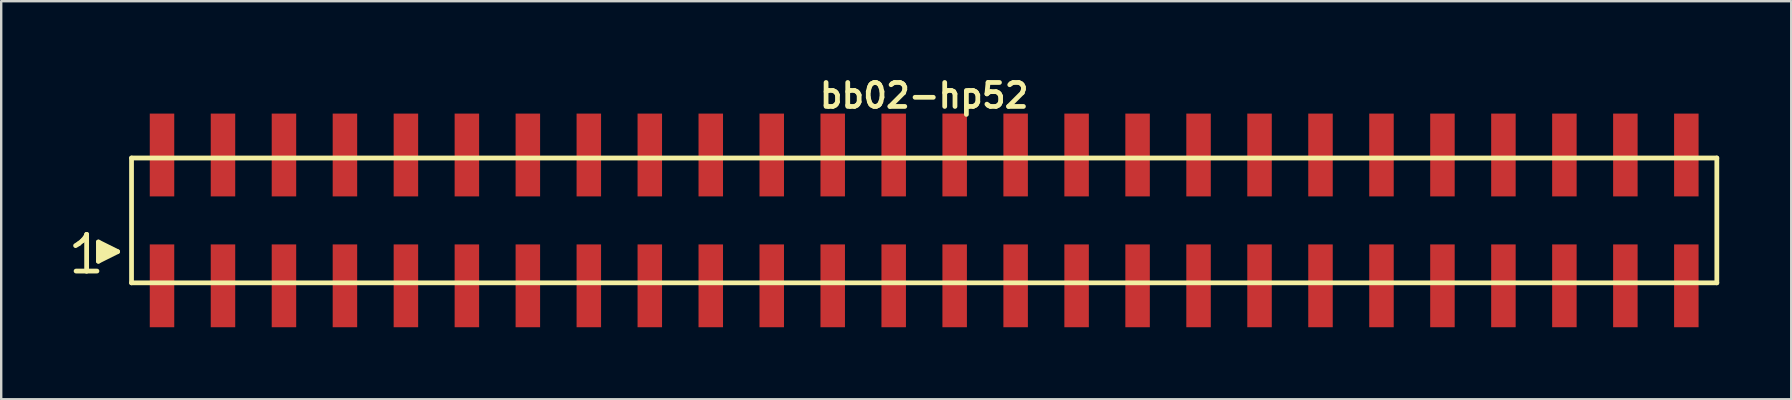
<source format=kicad_pcb>
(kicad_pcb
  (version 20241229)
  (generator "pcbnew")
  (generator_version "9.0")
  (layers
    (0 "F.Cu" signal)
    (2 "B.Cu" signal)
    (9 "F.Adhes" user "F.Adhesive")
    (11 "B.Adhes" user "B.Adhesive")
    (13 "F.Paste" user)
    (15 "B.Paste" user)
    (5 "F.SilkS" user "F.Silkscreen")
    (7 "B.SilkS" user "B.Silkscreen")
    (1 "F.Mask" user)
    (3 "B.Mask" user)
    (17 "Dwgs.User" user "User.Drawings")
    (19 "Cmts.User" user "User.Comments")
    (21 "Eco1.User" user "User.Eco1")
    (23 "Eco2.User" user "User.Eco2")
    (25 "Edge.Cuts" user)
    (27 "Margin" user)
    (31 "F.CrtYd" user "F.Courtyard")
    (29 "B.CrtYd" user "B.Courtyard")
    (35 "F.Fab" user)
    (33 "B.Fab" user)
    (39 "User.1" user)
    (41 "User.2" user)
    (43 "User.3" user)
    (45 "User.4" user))
  (footprint "bb02-hp52"
    (layer "F.Cu")
    (at 35.449 6.132)
    (property "Reference" "bb02-hp52" (at 0 -5.2 0) (layer "F.SilkS") (effects (font (size 0.998 0.998) (thickness 0.198))))
    (attr smd)
    (fp_line (start -35.35 1.05) (end -35.22 0.97) (stroke (width 0.198) (type solid)) (layer "F.SilkS"))
    (fp_line (start -35.22 0.97) (end -35.06 0.84) (stroke (width 0.198) (type solid)) (layer "F.SilkS"))
    (fp_line (start -35.06 0.84) (end -34.92 0.67) (stroke (width 0.198) (type solid)) (layer "F.SilkS"))
    (fp_line (start -34.92 0.67) (end -34.89 0.58) (stroke (width 0.198) (type solid)) (layer "F.SilkS"))
    (fp_line (start -34.89 0.58) (end -34.89 2.11) (stroke (width 0.198) (type solid)) (layer "F.SilkS"))
    (fp_line (start -34.89 2.11) (end -35.33 2.11) (stroke (width 0.198) (type solid)) (layer "F.SilkS"))
    (fp_line (start -34.46 2.11) (end -34.9 2.11) (stroke (width 0.198) (type solid)) (layer "F.SilkS"))
    (fp_line (start -34.4 0.9) (end -33.6 1.3) (stroke (width 0.198) (type solid)) (layer "F.SilkS"))
    (fp_line (start -34.4 1.7) (end -34.4 0.9) (stroke (width 0.198) (type solid)) (layer "F.SilkS"))
    (fp_line (start -34.3 1.6) (end -34.3 1) (stroke (width 0.198) (type solid)) (layer "F.SilkS"))
    (fp_line (start -34.2 1.1) (end -34.2 1.5) (stroke (width 0.198) (type solid)) (layer "F.SilkS"))
    (fp_line (start -34.1 1.5) (end -34.1 1.1) (stroke (width 0.198) (type solid)) (layer "F.SilkS"))
    (fp_line (start -34 1.2) (end -34 1.4) (stroke (width 0.198) (type solid)) (layer "F.SilkS"))
    (fp_line (start -33.9 1.4) (end -33.9 1.2) (stroke (width 0.198) (type solid)) (layer "F.SilkS"))
    (fp_line (start -33.6 1.3) (end -34.4 1.7) (stroke (width 0.198) (type solid)) (layer "F.SilkS"))
    (fp_line (start -33.02 -2.6) (end -33.02 2.6) (stroke (width 0.198) (type solid)) (layer "F.SilkS"))
    (fp_line (start -33.02 -2.6) (end 33.02 -2.6) (stroke (width 0.198) (type solid)) (layer "F.SilkS"))
    (fp_line (start 33.02 2.6) (end -33.02 2.6) (stroke (width 0.198) (type solid)) (layer "F.SilkS"))
    (fp_line (start 33.02 2.6) (end 33.02 -2.6) (stroke (width 0.198) (type solid)) (layer "F.SilkS"))
    (pad "1" smd rect (at -31.75 2.725) (size 1.02 3.45) (layers "F.Cu" "F.Mask" "F.Paste"))
    (pad "2" smd rect (at -31.75 -2.725) (size 1.02 3.45) (layers "F.Cu" "F.Mask" "F.Paste"))
    (pad "3" smd rect (at -29.21 2.725) (size 1.02 3.45) (layers "F.Cu" "F.Mask" "F.Paste"))
    (pad "4" smd rect (at -29.21 -2.725) (size 1.02 3.45) (layers "F.Cu" "F.Mask" "F.Paste"))
    (pad "5" smd rect (at -26.67 2.725) (size 1.02 3.45) (layers "F.Cu" "F.Mask" "F.Paste"))
    (pad "6" smd rect (at -26.67 -2.725) (size 1.02 3.45) (layers "F.Cu" "F.Mask" "F.Paste"))
    (pad "7" smd rect (at -24.13 2.725) (size 1.02 3.45) (layers "F.Cu" "F.Mask" "F.Paste"))
    (pad "8" smd rect (at -24.13 -2.725) (size 1.02 3.45) (layers "F.Cu" "F.Mask" "F.Paste"))
    (pad "9" smd rect (at -21.59 2.725) (size 1.02 3.45) (layers "F.Cu" "F.Mask" "F.Paste"))
    (pad "10" smd rect (at -21.59 -2.725) (size 1.02 3.45) (layers "F.Cu" "F.Mask" "F.Paste"))
    (pad "11" smd rect (at -19.05 2.725) (size 1.02 3.45) (layers "F.Cu" "F.Mask" "F.Paste"))
    (pad "12" smd rect (at -19.05 -2.725) (size 1.02 3.45) (layers "F.Cu" "F.Mask" "F.Paste"))
    (pad "13" smd rect (at -16.51 2.725) (size 1.02 3.45) (layers "F.Cu" "F.Mask" "F.Paste"))
    (pad "14" smd rect (at -16.51 -2.725) (size 1.02 3.45) (layers "F.Cu" "F.Mask" "F.Paste"))
    (pad "15" smd rect (at -13.97 2.725) (size 1.02 3.45) (layers "F.Cu" "F.Mask" "F.Paste"))
    (pad "16" smd rect (at -13.97 -2.725) (size 1.02 3.45) (layers "F.Cu" "F.Mask" "F.Paste"))
    (pad "17" smd rect (at -11.43 2.725) (size 1.02 3.45) (layers "F.Cu" "F.Mask" "F.Paste"))
    (pad "18" smd rect (at -11.43 -2.725) (size 1.02 3.45) (layers "F.Cu" "F.Mask" "F.Paste"))
    (pad "19" smd rect (at -8.89 2.725) (size 1.02 3.45) (layers "F.Cu" "F.Mask" "F.Paste"))
    (pad "20" smd rect (at -8.89 -2.725) (size 1.02 3.45) (layers "F.Cu" "F.Mask" "F.Paste"))
    (pad "21" smd rect (at -6.35 2.725) (size 1.02 3.45) (layers "F.Cu" "F.Mask" "F.Paste"))
    (pad "22" smd rect (at -6.35 -2.725) (size 1.02 3.45) (layers "F.Cu" "F.Mask" "F.Paste"))
    (pad "23" smd rect (at -3.81 2.725) (size 1.02 3.45) (layers "F.Cu" "F.Mask" "F.Paste"))
    (pad "24" smd rect (at -3.81 -2.725) (size 1.02 3.45) (layers "F.Cu" "F.Mask" "F.Paste"))
    (pad "25" smd rect (at -1.27 2.725) (size 1.02 3.45) (layers "F.Cu" "F.Mask" "F.Paste"))
    (pad "26" smd rect (at -1.27 -2.725) (size 1.02 3.45) (layers "F.Cu" "F.Mask" "F.Paste"))
    (pad "27" smd rect (at 1.27 2.725) (size 1.02 3.45) (layers "F.Cu" "F.Mask" "F.Paste"))
    (pad "28" smd rect (at 1.27 -2.725) (size 1.02 3.45) (layers "F.Cu" "F.Mask" "F.Paste"))
    (pad "29" smd rect (at 3.81 2.725) (size 1.02 3.45) (layers "F.Cu" "F.Mask" "F.Paste"))
    (pad "30" smd rect (at 3.81 -2.725) (size 1.02 3.45) (layers "F.Cu" "F.Mask" "F.Paste"))
    (pad "31" smd rect (at 6.35 2.725) (size 1.02 3.45) (layers "F.Cu" "F.Mask" "F.Paste"))
    (pad "32" smd rect (at 6.35 -2.725) (size 1.02 3.45) (layers "F.Cu" "F.Mask" "F.Paste"))
    (pad "33" smd rect (at 8.89 2.725) (size 1.02 3.45) (layers "F.Cu" "F.Mask" "F.Paste"))
    (pad "34" smd rect (at 8.89 -2.725) (size 1.02 3.45) (layers "F.Cu" "F.Mask" "F.Paste"))
    (pad "35" smd rect (at 11.43 2.725) (size 1.02 3.45) (layers "F.Cu" "F.Mask" "F.Paste"))
    (pad "36" smd rect (at 11.43 -2.725) (size 1.02 3.45) (layers "F.Cu" "F.Mask" "F.Paste"))
    (pad "37" smd rect (at 13.97 2.725) (size 1.02 3.45) (layers "F.Cu" "F.Mask" "F.Paste"))
    (pad "38" smd rect (at 13.97 -2.725) (size 1.02 3.45) (layers "F.Cu" "F.Mask" "F.Paste"))
    (pad "39" smd rect (at 16.51 2.725) (size 1.02 3.45) (layers "F.Cu" "F.Mask" "F.Paste"))
    (pad "40" smd rect (at 16.51 -2.725) (size 1.02 3.45) (layers "F.Cu" "F.Mask" "F.Paste"))
    (pad "41" smd rect (at 19.05 2.725) (size 1.02 3.45) (layers "F.Cu" "F.Mask" "F.Paste"))
    (pad "42" smd rect (at 19.05 -2.725) (size 1.02 3.45) (layers "F.Cu" "F.Mask" "F.Paste"))
    (pad "43" smd rect (at 21.59 2.725) (size 1.02 3.45) (layers "F.Cu" "F.Mask" "F.Paste"))
    (pad "44" smd rect (at 21.59 -2.725) (size 1.02 3.45) (layers "F.Cu" "F.Mask" "F.Paste"))
    (pad "45" smd rect (at 24.13 2.725) (size 1.02 3.45) (layers "F.Cu" "F.Mask" "F.Paste"))
    (pad "46" smd rect (at 24.13 -2.725) (size 1.02 3.45) (layers "F.Cu" "F.Mask" "F.Paste"))
    (pad "47" smd rect (at 26.67 2.725) (size 1.02 3.45) (layers "F.Cu" "F.Mask" "F.Paste"))
    (pad "48" smd rect (at 26.67 -2.725) (size 1.02 3.45) (layers "F.Cu" "F.Mask" "F.Paste"))
    (pad "49" smd rect (at 29.21 2.725) (size 1.02 3.45) (layers "F.Cu" "F.Mask" "F.Paste"))
    (pad "50" smd rect (at 29.21 -2.725) (size 1.02 3.45) (layers "F.Cu" "F.Mask" "F.Paste"))
    (pad "51" smd rect (at 31.75 2.725) (size 1.02 3.45) (layers "F.Cu" "F.Mask" "F.Paste"))
    (pad "52" smd rect (at 31.75 -2.725) (size 1.02 3.45) (layers "F.Cu" "F.Mask" "F.Paste")))
  (gr_rect
    (start -3 -3)
    (end 71.568 13.582)
    (stroke (width 0.1) (type default))
    (fill no)
    (layer "Edge.Cuts")))
</source>
